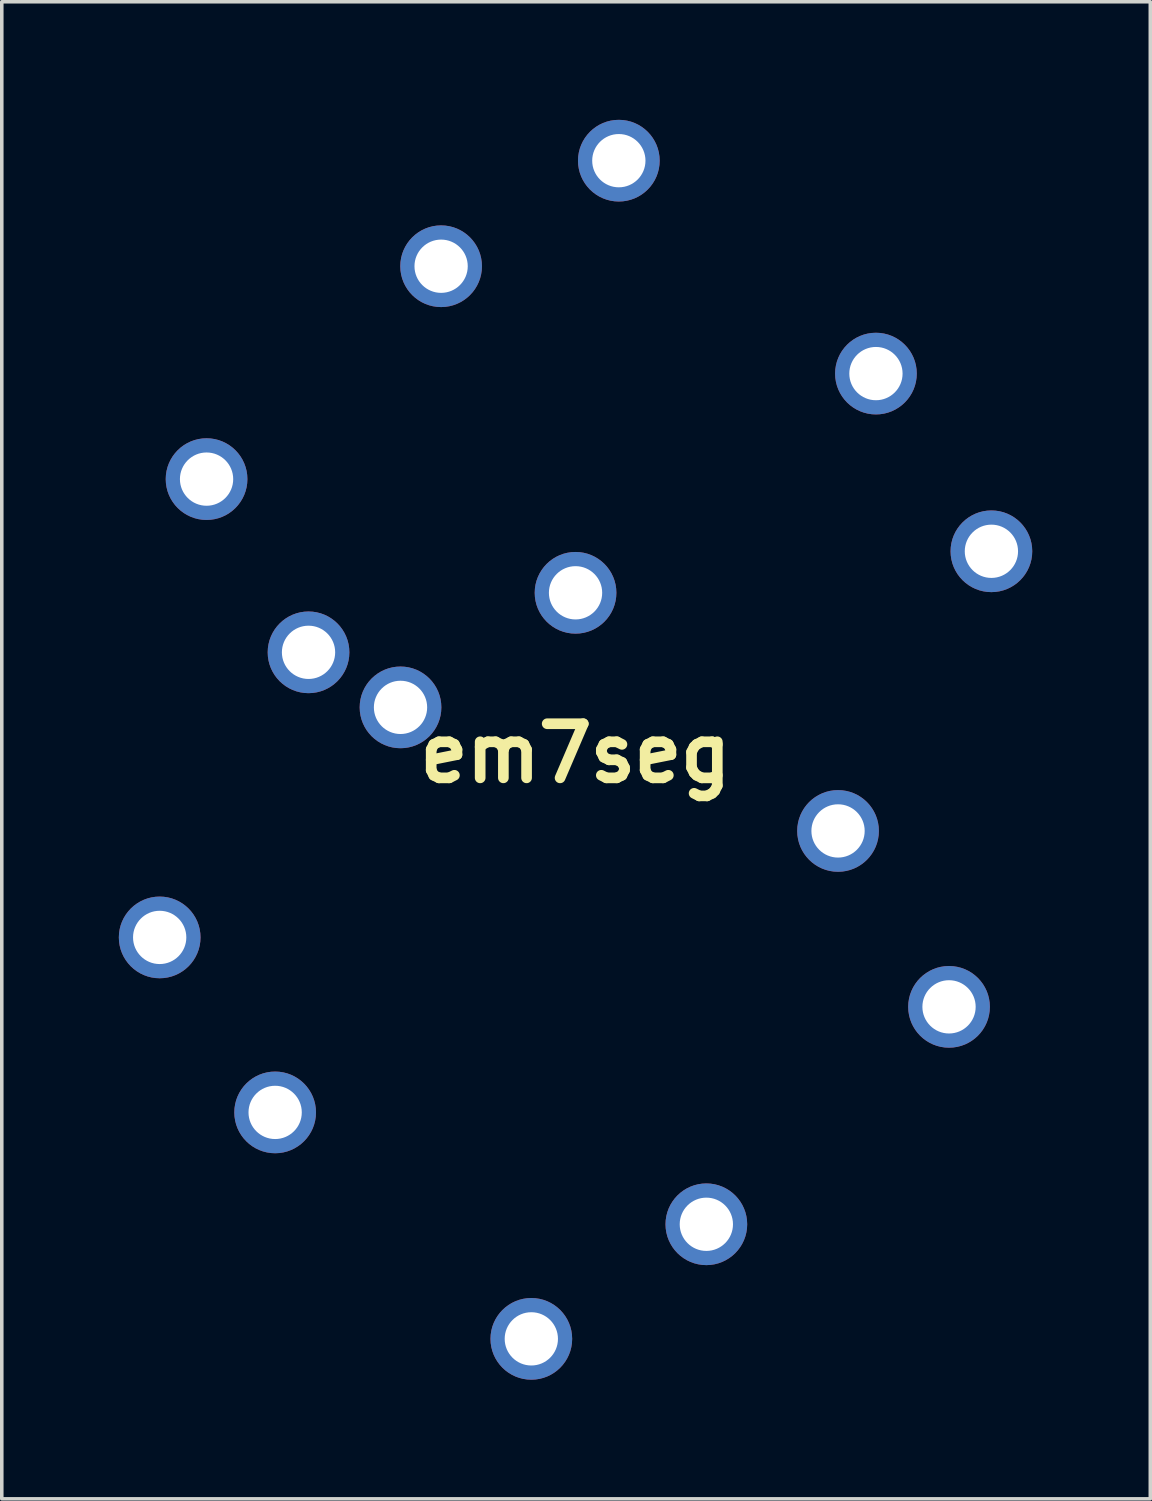
<source format=kicad_pcb>
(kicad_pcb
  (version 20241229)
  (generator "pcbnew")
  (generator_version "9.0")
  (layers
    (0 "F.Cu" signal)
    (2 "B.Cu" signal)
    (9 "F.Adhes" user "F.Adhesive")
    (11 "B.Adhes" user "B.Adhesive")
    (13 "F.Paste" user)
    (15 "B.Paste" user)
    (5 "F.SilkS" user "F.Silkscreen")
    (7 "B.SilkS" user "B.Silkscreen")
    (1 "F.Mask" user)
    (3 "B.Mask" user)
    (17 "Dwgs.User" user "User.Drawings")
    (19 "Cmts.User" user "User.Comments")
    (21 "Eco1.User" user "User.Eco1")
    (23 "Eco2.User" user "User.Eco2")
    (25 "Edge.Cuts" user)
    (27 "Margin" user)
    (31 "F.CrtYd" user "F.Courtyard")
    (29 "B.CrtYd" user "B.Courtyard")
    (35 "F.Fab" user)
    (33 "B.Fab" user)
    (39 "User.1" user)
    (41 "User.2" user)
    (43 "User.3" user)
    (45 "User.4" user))
  (footprint "em7seg"
    (layer "F.Cu")
    (at 13.155 18.162)
    (property "Reference" "em7seg" (at 0 0 0) (layer "F.SilkS") (effects (font (size 1.524 1.524) (thickness 0.3))))
    (attr through_hole)
    (fp_poly (pts (xy -8.338 8.641) (xy -8.168 8.661) (xy -8.05 8.689) (xy -7.81 8.784) (xy -7.608 8.902) (xy -7.434 9.049) (xy -7.279 9.229) (xy -7.138 9.458) (xy -7.043 9.702) (xy -6.993 9.955) (xy -6.988 10.211) (xy -7.028 10.464) (xy -7.112 10.709) (xy -7.24 10.938) (xy -7.411 11.146) (xy -7.422 11.158) (xy -7.606 11.319) (xy -7.799 11.44) (xy -8.016 11.529) (xy -8.106 11.556) (xy -8.33 11.597) (xy -8.568 11.603) (xy -8.797 11.573) (xy -8.824 11.567) (xy -9.027 11.498) (xy -9.232 11.394) (xy -9.422 11.264) (xy -9.571 11.126) (xy -9.734 10.911) (xy -9.854 10.675) (xy -9.929 10.424) (xy -9.96 10.163) (xy -9.944 9.9) (xy -9.883 9.641) (xy -9.791 9.424) (xy -9.65 9.207) (xy -9.472 9.015) (xy -9.263 8.855) (xy -9.032 8.734) (xy -8.853 8.673) (xy -8.7 8.646) (xy -8.522 8.636) (xy -8.338 8.641)) (stroke (width 0.01) (type solid)) (fill no) (layer "Eco2.User"))
    (fp_poly (pts (xy 11.949 -7.139) (xy 12.194 -7.071) (xy 12.42 -6.964) (xy 12.624 -6.822) (xy 12.802 -6.65) (xy 12.95 -6.453) (xy 13.064 -6.234) (xy 13.142 -6) (xy 13.178 -5.754) (xy 13.17 -5.502) (xy 13.135 -5.321) (xy 13.041 -5.052) (xy 12.908 -4.816) (xy 12.736 -4.612) (xy 12.525 -4.439) (xy 12.455 -4.394) (xy 12.252 -4.29) (xy 12.045 -4.226) (xy 11.819 -4.197) (xy 11.688 -4.194) (xy 11.561 -4.199) (xy 11.438 -4.208) (xy 11.339 -4.221) (xy 11.297 -4.23) (xy 11.057 -4.321) (xy 10.832 -4.46) (xy 10.644 -4.623) (xy 10.473 -4.819) (xy 10.348 -5.022) (xy 10.264 -5.241) (xy 10.22 -5.484) (xy 10.211 -5.687) (xy 10.225 -5.921) (xy 10.272 -6.132) (xy 10.356 -6.331) (xy 10.481 -6.533) (xy 10.524 -6.592) (xy 10.692 -6.775) (xy 10.896 -6.928) (xy 11.125 -7.047) (xy 11.371 -7.126) (xy 11.624 -7.161) (xy 11.688 -7.163) (xy 11.949 -7.139)) (stroke (width 0.01) (type solid)) (fill no) (layer "Eco2.User"))
    (fp_poly (pts (xy 7.528 0.716) (xy 7.657 0.732) (xy 7.779 0.764) (xy 7.913 0.818) (xy 7.988 0.852) (xy 8.22 0.983) (xy 8.411 1.141) (xy 8.524 1.27) (xy 8.664 1.477) (xy 8.76 1.683) (xy 8.816 1.901) (xy 8.839 2.144) (xy 8.839 2.202) (xy 8.835 2.364) (xy 8.819 2.496) (xy 8.788 2.618) (xy 8.737 2.751) (xy 8.709 2.814) (xy 8.573 3.053) (xy 8.399 3.259) (xy 8.191 3.429) (xy 7.951 3.561) (xy 7.701 3.648) (xy 7.58 3.668) (xy 7.429 3.678) (xy 7.268 3.677) (xy 7.117 3.664) (xy 7 3.643) (xy 6.742 3.547) (xy 6.508 3.409) (xy 6.303 3.233) (xy 6.132 3.024) (xy 5.999 2.785) (xy 5.907 2.524) (xy 5.869 2.273) (xy 5.879 2.02) (xy 5.935 1.769) (xy 6.035 1.529) (xy 6.178 1.305) (xy 6.322 1.141) (xy 6.523 0.967) (xy 6.734 0.841) (xy 6.962 0.758) (xy 7.214 0.717) (xy 7.371 0.711) (xy 7.528 0.716)) (stroke (width 0.01) (type solid)) (fill no) (layer "Eco2.User"))
    (fp_poly (pts (xy 0.147 -6.006) (xy 0.392 -5.952) (xy 0.627 -5.857) (xy 0.846 -5.719) (xy 1.002 -5.581) (xy 1.177 -5.37) (xy 1.307 -5.144) (xy 1.393 -4.907) (xy 1.438 -4.664) (xy 1.441 -4.421) (xy 1.405 -4.182) (xy 1.33 -3.953) (xy 1.219 -3.737) (xy 1.072 -3.542) (xy 0.892 -3.37) (xy 0.678 -3.228) (xy 0.434 -3.12) (xy 0.315 -3.084) (xy 0.208 -3.066) (xy 0.071 -3.055) (xy -0.08 -3.052) (xy -0.227 -3.057) (xy -0.353 -3.07) (xy -0.419 -3.083) (xy -0.551 -3.13) (xy -0.7 -3.2) (xy -0.848 -3.282) (xy -0.972 -3.366) (xy -0.977 -3.37) (xy -1.152 -3.537) (xy -1.302 -3.747) (xy -1.383 -3.899) (xy -1.446 -4.042) (xy -1.488 -4.163) (xy -1.512 -4.283) (xy -1.522 -4.42) (xy -1.524 -4.539) (xy -1.506 -4.797) (xy -1.448 -5.03) (xy -1.348 -5.25) (xy -1.204 -5.461) (xy -1.023 -5.654) (xy -0.816 -5.806) (xy -0.59 -5.917) (xy -0.35 -5.988) (xy -0.102 -6.017) (xy 0.147 -6.006)) (stroke (width 0.01) (type solid)) (fill no) (layer "Eco2.User"))
    (fp_poly (pts (xy 3.909 11.779) (xy 4.138 11.837) (xy 4.352 11.937) (xy 4.556 12.083) (xy 4.7 12.215) (xy 4.869 12.403) (xy 4.993 12.589) (xy 5.077 12.783) (xy 5.124 12.994) (xy 5.141 13.233) (xy 5.141 13.246) (xy 5.137 13.396) (xy 5.125 13.516) (xy 5.099 13.627) (xy 5.084 13.678) (xy 4.976 13.931) (xy 4.83 14.158) (xy 4.65 14.354) (xy 4.441 14.515) (xy 4.208 14.636) (xy 4.031 14.694) (xy 3.908 14.715) (xy 3.756 14.726) (xy 3.591 14.727) (xy 3.433 14.718) (xy 3.3 14.7) (xy 3.265 14.692) (xy 3.025 14.6) (xy 2.803 14.466) (xy 2.605 14.293) (xy 2.436 14.088) (xy 2.303 13.857) (xy 2.232 13.678) (xy 2.196 13.52) (xy 2.177 13.337) (xy 2.175 13.149) (xy 2.192 12.973) (xy 2.218 12.856) (xy 2.322 12.596) (xy 2.464 12.365) (xy 2.639 12.166) (xy 2.844 12.004) (xy 3.073 11.88) (xy 3.323 11.798) (xy 3.589 11.762) (xy 3.658 11.76) (xy 3.909 11.779)) (stroke (width 0.01) (type solid)) (fill no) (layer "Eco2.User"))
    (fp_poly (pts (xy -7.388 -4.364) (xy -7.324 -4.355) (xy -7.303 -4.343) (xy -7.268 -4.326) (xy -7.208 -4.318) (xy -7.208 -4.318) (xy -7.15 -4.307) (xy -7.062 -4.278) (xy -6.96 -4.235) (xy -6.913 -4.214) (xy -6.69 -4.079) (xy -6.494 -3.906) (xy -6.33 -3.702) (xy -6.203 -3.475) (xy -6.116 -3.23) (xy -6.074 -2.975) (xy -6.071 -2.879) (xy -6.096 -2.613) (xy -6.169 -2.358) (xy -6.285 -2.119) (xy -6.441 -1.903) (xy -6.633 -1.717) (xy -6.799 -1.6) (xy -7.001 -1.496) (xy -7.208 -1.432) (xy -7.434 -1.403) (xy -7.565 -1.4) (xy -7.693 -1.405) (xy -7.815 -1.414) (xy -7.915 -1.427) (xy -7.956 -1.436) (xy -8.195 -1.527) (xy -8.418 -1.664) (xy -8.609 -1.83) (xy -8.781 -2.027) (xy -8.906 -2.23) (xy -8.989 -2.45) (xy -9.033 -2.693) (xy -9.042 -2.893) (xy -9.018 -3.164) (xy -8.949 -3.419) (xy -8.836 -3.652) (xy -8.683 -3.861) (xy -8.494 -4.04) (xy -8.272 -4.186) (xy -8.019 -4.295) (xy -7.904 -4.33) (xy -7.815 -4.347) (xy -7.707 -4.359) (xy -7.592 -4.366) (xy -7.482 -4.368) (xy -7.388 -4.364)) (stroke (width 0.01) (type solid)) (fill no) (layer "Eco2.User"))
    (fp_poly (pts (xy -11.631 3.736) (xy -11.512 3.742) (xy -11.401 3.752) (xy -11.31 3.766) (xy -11.287 3.772) (xy -11.043 3.861) (xy -10.818 3.993) (xy -10.618 4.162) (xy -10.448 4.361) (xy -10.315 4.586) (xy -10.225 4.829) (xy -10.223 4.835) (xy -10.196 4.991) (xy -10.185 5.17) (xy -10.19 5.354) (xy -10.211 5.525) (xy -10.239 5.641) (xy -10.292 5.788) (xy -10.349 5.91) (xy -10.421 6.028) (xy -10.494 6.13) (xy -10.661 6.315) (xy -10.861 6.467) (xy -11.085 6.583) (xy -11.326 6.663) (xy -11.575 6.701) (xy -11.824 6.697) (xy -12.066 6.648) (xy -12.078 6.644) (xy -12.284 6.566) (xy -12.458 6.473) (xy -12.617 6.353) (xy -12.713 6.262) (xy -12.89 6.051) (xy -13.022 5.819) (xy -13.109 5.571) (xy -13.15 5.312) (xy -13.144 5.047) (xy -13.09 4.782) (xy -13.01 4.569) (xy -12.953 4.466) (xy -12.872 4.348) (xy -12.781 4.232) (xy -12.694 4.137) (xy -12.676 4.119) (xy -12.559 4.025) (xy -12.427 3.938) (xy -12.293 3.865) (xy -12.169 3.813) (xy -12.067 3.786) (xy -12.04 3.785) (xy -11.982 3.777) (xy -11.951 3.759) (xy -11.917 3.746) (xy -11.845 3.738) (xy -11.746 3.734) (xy -11.631 3.736)) (stroke (width 0.01) (type solid)) (fill no) (layer "Eco2.User"))
    (fp_poly (pts (xy -3.555 -15.172) (xy -3.32 -15.118) (xy -3.107 -15.023) (xy -2.906 -14.885) (xy -2.756 -14.747) (xy -2.635 -14.614) (xy -2.538 -14.49) (xy -2.48 -14.393) (xy -2.377 -14.131) (xy -2.323 -13.866) (xy -2.317 -13.602) (xy -2.359 -13.345) (xy -2.447 -13.098) (xy -2.581 -12.866) (xy -2.76 -12.655) (xy -2.766 -12.649) (xy -2.957 -12.485) (xy -3.155 -12.364) (xy -3.374 -12.278) (xy -3.445 -12.258) (xy -3.534 -12.241) (xy -3.643 -12.228) (xy -3.76 -12.22) (xy -3.874 -12.218) (xy -3.972 -12.221) (xy -4.044 -12.229) (xy -4.077 -12.243) (xy -4.111 -12.26) (xy -4.171 -12.268) (xy -4.174 -12.268) (xy -4.25 -12.28) (xy -4.309 -12.305) (xy -4.353 -12.329) (xy -4.375 -12.33) (xy -4.398 -12.336) (xy -4.419 -12.356) (xy -4.464 -12.389) (xy -4.489 -12.395) (xy -4.53 -12.41) (xy -4.597 -12.449) (xy -4.679 -12.504) (xy -4.762 -12.566) (xy -4.836 -12.626) (xy -4.887 -12.676) (xy -4.889 -12.679) (xy -5.05 -12.893) (xy -5.166 -13.103) (xy -5.24 -13.318) (xy -5.277 -13.548) (xy -5.283 -13.698) (xy -5.279 -13.86) (xy -5.266 -13.99) (xy -5.237 -14.108) (xy -5.19 -14.234) (xy -5.142 -14.338) (xy -5.003 -14.578) (xy -4.83 -14.782) (xy -4.628 -14.947) (xy -4.4 -15.072) (xy -4.15 -15.153) (xy -3.883 -15.188) (xy -3.82 -15.189) (xy -3.555 -15.172)) (stroke (width 0.01) (type solid)) (fill no) (layer "Eco2.User"))
    (fp_poly (pts (xy 1.497 -18.133) (xy 1.728 -18.066) (xy 1.807 -18.03) (xy 1.888 -17.991) (xy 1.961 -17.957) (xy 1.981 -17.948) (xy 2.025 -17.919) (xy 2.093 -17.862) (xy 2.177 -17.787) (xy 2.25 -17.716) (xy 2.425 -17.52) (xy 2.552 -17.317) (xy 2.637 -17.1) (xy 2.682 -16.859) (xy 2.692 -16.651) (xy 2.667 -16.384) (xy 2.593 -16.126) (xy 2.469 -15.88) (xy 2.327 -15.681) (xy 2.213 -15.568) (xy 2.063 -15.456) (xy 1.891 -15.354) (xy 1.711 -15.269) (xy 1.559 -15.218) (xy 1.435 -15.196) (xy 1.279 -15.188) (xy 1.111 -15.193) (xy 0.948 -15.209) (xy 0.808 -15.236) (xy 0.762 -15.25) (xy 0.59 -15.317) (xy 0.445 -15.39) (xy 0.308 -15.482) (xy 0.182 -15.583) (xy 0.088 -15.681) (xy -0.009 -15.814) (xy -0.1 -15.966) (xy -0.175 -16.123) (xy -0.221 -16.248) (xy -0.241 -16.337) (xy -0.257 -16.449) (xy -0.268 -16.571) (xy -0.275 -16.691) (xy -0.275 -16.798) (xy -0.27 -16.879) (xy -0.257 -16.923) (xy -0.256 -16.925) (xy -0.236 -16.969) (xy -0.229 -17.026) (xy -0.216 -17.105) (xy -0.194 -17.166) (xy -0.164 -17.227) (xy -0.123 -17.311) (xy -0.092 -17.376) (xy -0.024 -17.49) (xy 0.077 -17.616) (xy 0.198 -17.742) (xy 0.327 -17.857) (xy 0.451 -17.949) (xy 0.504 -17.979) (xy 0.745 -18.08) (xy 0.997 -18.139) (xy 1.25 -18.157) (xy 1.497 -18.133)) (stroke (width 0.01) (type solid)) (fill no) (layer "Eco2.User"))
    (fp_poly (pts (xy 8.56 -12.164) (xy 8.651 -12.158) (xy 8.71 -12.149) (xy 8.725 -12.141) (xy 8.759 -12.123) (xy 8.815 -12.116) (xy 8.902 -12.1) (xy 9.016 -12.058) (xy 9.145 -11.994) (xy 9.279 -11.916) (xy 9.404 -11.828) (xy 9.456 -11.787) (xy 9.508 -11.733) (xy 9.576 -11.65) (xy 9.648 -11.554) (xy 9.714 -11.459) (xy 9.752 -11.395) (xy 9.845 -11.186) (xy 9.906 -10.954) (xy 9.931 -10.723) (xy 9.931 -10.7) (xy 9.91 -10.427) (xy 9.845 -10.178) (xy 9.735 -9.949) (xy 9.578 -9.736) (xy 9.5 -9.652) (xy 9.359 -9.52) (xy 9.227 -9.42) (xy 9.087 -9.342) (xy 8.922 -9.273) (xy 8.91 -9.269) (xy 8.757 -9.229) (xy 8.577 -9.206) (xy 8.388 -9.2) (xy 8.21 -9.212) (xy 8.065 -9.242) (xy 7.794 -9.347) (xy 7.557 -9.489) (xy 7.355 -9.667) (xy 7.19 -9.877) (xy 7.065 -10.119) (xy 6.996 -10.327) (xy 6.966 -10.505) (xy 6.959 -10.705) (xy 6.973 -10.906) (xy 7.009 -11.086) (xy 7.021 -11.125) (xy 7.114 -11.345) (xy 7.236 -11.555) (xy 7.325 -11.675) (xy 7.414 -11.766) (xy 7.531 -11.859) (xy 7.662 -11.946) (xy 7.797 -12.022) (xy 7.924 -12.08) (xy 8.032 -12.111) (xy 8.075 -12.116) (xy 8.134 -12.124) (xy 8.166 -12.141) (xy 8.197 -12.152) (xy 8.268 -12.16) (xy 8.368 -12.166) (xy 8.445 -12.167) (xy 8.56 -12.164)) (stroke (width 0.01) (type solid)) (fill no) (layer "Eco2.User"))
    (fp_poly (pts (xy -4.826 -2.766) (xy -4.735 -2.76) (xy -4.676 -2.751) (xy -4.661 -2.743) (xy -4.626 -2.725) (xy -4.574 -2.718) (xy -4.503 -2.708) (xy -4.422 -2.683) (xy -4.35 -2.651) (xy -4.307 -2.619) (xy -4.306 -2.617) (xy -4.269 -2.595) (xy -4.24 -2.591) (xy -4.2 -2.58) (xy -4.191 -2.565) (xy -4.17 -2.543) (xy -4.151 -2.54) (xy -4.118 -2.523) (xy -4.059 -2.476) (xy -3.982 -2.407) (xy -3.902 -2.33) (xy -3.721 -2.12) (xy -3.587 -1.899) (xy -3.501 -1.664) (xy -3.459 -1.411) (xy -3.454 -1.283) (xy -3.476 -1.017) (xy -3.542 -0.772) (xy -3.655 -0.543) (xy -3.816 -0.327) (xy -3.898 -0.239) (xy -4.074 -0.08) (xy -4.25 0.038) (xy -4.441 0.123) (xy -4.58 0.165) (xy -4.704 0.187) (xy -4.857 0.198) (xy -5.02 0.198) (xy -5.174 0.188) (xy -5.3 0.168) (xy -5.314 0.164) (xy -5.575 0.068) (xy -5.806 -0.069) (xy -6.007 -0.246) (xy -6.176 -0.463) (xy -6.314 -0.718) (xy -6.398 -0.942) (xy -6.415 -1.031) (xy -6.424 -1.155) (xy -6.425 -1.297) (xy -6.418 -1.439) (xy -6.403 -1.567) (xy -6.389 -1.639) (xy -6.295 -1.901) (xy -6.159 -2.137) (xy -5.984 -2.343) (xy -5.772 -2.517) (xy -5.544 -2.645) (xy -5.451 -2.683) (xy -5.366 -2.709) (xy -5.311 -2.718) (xy -5.252 -2.726) (xy -5.22 -2.743) (xy -5.189 -2.754) (xy -5.118 -2.762) (xy -5.017 -2.768) (xy -4.94 -2.769) (xy -4.826 -2.766)) (stroke (width 0.01) (type solid)) (fill no) (layer "Eco2.User"))
    (fp_poly (pts (xy -10.287 -9.21) (xy -10.133 -9.184) (xy -10.114 -9.18) (xy -9.88 -9.112) (xy -9.656 -9.003) (xy -9.435 -8.849) (xy -9.377 -8.801) (xy -9.285 -8.704) (xy -9.189 -8.572) (xy -9.099 -8.419) (xy -9.023 -8.259) (xy -8.977 -8.134) (xy -8.93 -7.905) (xy -8.924 -7.667) (xy -8.957 -7.428) (xy -9.025 -7.196) (xy -9.126 -6.977) (xy -9.255 -6.78) (xy -9.411 -6.612) (xy -9.589 -6.479) (xy -9.696 -6.424) (xy -9.751 -6.396) (xy -9.778 -6.372) (xy -9.779 -6.369) (xy -9.801 -6.355) (xy -9.84 -6.35) (xy -9.891 -6.342) (xy -9.91 -6.327) (xy -9.942 -6.304) (xy -10.013 -6.281) (xy -10.113 -6.261) (xy -10.228 -6.245) (xy -10.349 -6.234) (xy -10.464 -6.23) (xy -10.561 -6.233) (xy -10.604 -6.239) (xy -10.894 -6.319) (xy -11.145 -6.429) (xy -11.359 -6.572) (xy -11.538 -6.749) (xy -11.685 -6.963) (xy -11.749 -7.087) (xy -11.782 -7.157) (xy -11.81 -7.214) (xy -11.813 -7.22) (xy -11.829 -7.275) (xy -11.836 -7.349) (xy -11.836 -7.353) (xy -11.843 -7.412) (xy -11.858 -7.441) (xy -11.862 -7.442) (xy -11.873 -7.466) (xy -11.882 -7.535) (xy -11.886 -7.641) (xy -11.887 -7.719) (xy -11.885 -7.862) (xy -11.876 -7.973) (xy -11.858 -8.068) (xy -11.829 -8.167) (xy -11.825 -8.179) (xy -11.713 -8.436) (xy -11.563 -8.662) (xy -11.378 -8.854) (xy -11.161 -9.008) (xy -10.917 -9.122) (xy -10.703 -9.182) (xy -10.55 -9.209) (xy -10.419 -9.218) (xy -10.287 -9.21)) (stroke (width 0.01) (type solid)) (fill no) (layer "Eco2.User"))
    (fp_poly (pts (xy -1.225 15.016) (xy -1.099 15.029) (xy -0.979 15.047) (xy -0.875 15.069) (xy -0.799 15.095) (xy -0.781 15.105) (xy -0.726 15.127) (xy -0.712 15.13) (xy -0.672 15.151) (xy -0.665 15.162) (xy -0.636 15.185) (xy -0.607 15.189) (xy -0.567 15.198) (xy -0.559 15.208) (xy -0.538 15.231) (xy -0.488 15.259) (xy -0.485 15.26) (xy -0.425 15.298) (xy -0.347 15.361) (xy -0.262 15.44) (xy -0.181 15.523) (xy -0.114 15.6) (xy -0.071 15.662) (xy -0.062 15.683) (xy -0.042 15.731) (xy -0.023 15.748) (xy 0.001 15.77) (xy 0.035 15.83) (xy 0.073 15.917) (xy 0.111 16.018) (xy 0.143 16.122) (xy 0.145 16.127) (xy 0.169 16.264) (xy 0.18 16.431) (xy 0.179 16.606) (xy 0.164 16.769) (xy 0.142 16.876) (xy 0.052 17.125) (xy -0.081 17.35) (xy -0.241 17.538) (xy -0.421 17.696) (xy -0.616 17.818) (xy -0.84 17.914) (xy -0.887 17.93) (xy -1.061 17.969) (xy -1.259 17.984) (xy -1.462 17.976) (xy -1.649 17.945) (xy -1.727 17.922) (xy -1.92 17.847) (xy -2.078 17.763) (xy -2.218 17.662) (xy -2.333 17.557) (xy -2.515 17.348) (xy -2.648 17.126) (xy -2.734 16.888) (xy -2.776 16.629) (xy -2.78 16.497) (xy -2.76 16.228) (xy -2.696 15.982) (xy -2.586 15.755) (xy -2.43 15.541) (xy -2.329 15.434) (xy -2.205 15.321) (xy -2.083 15.235) (xy -1.943 15.161) (xy -1.84 15.116) (xy -1.745 15.082) (xy -1.673 15.064) (xy -1.655 15.062) (xy -1.595 15.055) (xy -1.562 15.037) (xy -1.525 15.019) (xy -1.449 15.01) (xy -1.345 15.009) (xy -1.225 15.016)) (stroke (width 0.01) (type solid)) (fill no) (layer "Eco2.User"))
    (fp_poly (pts (xy 10.6 5.667) (xy 10.688 5.673) (xy 10.744 5.683) (xy 10.757 5.69) (xy 10.791 5.708) (xy 10.849 5.715) (xy 10.925 5.725) (xy 10.981 5.746) (xy 11.039 5.772) (xy 11.074 5.782) (xy 11.113 5.803) (xy 11.121 5.815) (xy 11.15 5.838) (xy 11.178 5.842) (xy 11.218 5.853) (xy 11.227 5.867) (xy 11.248 5.888) (xy 11.277 5.893) (xy 11.316 5.91) (xy 11.382 5.959) (xy 11.464 6.031) (xy 11.526 6.09) (xy 11.707 6.3) (xy 11.842 6.525) (xy 11.934 6.771) (xy 11.949 6.833) (xy 11.984 7.087) (xy 11.972 7.341) (xy 11.916 7.587) (xy 11.819 7.82) (xy 11.685 8.035) (xy 11.518 8.226) (xy 11.321 8.388) (xy 11.097 8.515) (xy 10.864 8.598) (xy 10.701 8.626) (xy 10.515 8.636) (xy 10.327 8.628) (xy 10.155 8.602) (xy 10.058 8.575) (xy 9.946 8.532) (xy 9.829 8.482) (xy 9.757 8.448) (xy 9.676 8.397) (xy 9.582 8.324) (xy 9.484 8.238) (xy 9.393 8.148) (xy 9.318 8.064) (xy 9.27 7.996) (xy 9.257 7.967) (xy 9.232 7.913) (xy 9.205 7.889) (xy 9.176 7.856) (xy 9.169 7.824) (xy 9.161 7.782) (xy 9.148 7.772) (xy 9.129 7.75) (xy 9.104 7.695) (xy 9.094 7.664) (xy 9.068 7.578) (xy 9.044 7.498) (xy 9.039 7.483) (xy 9.026 7.404) (xy 9.019 7.289) (xy 9.018 7.155) (xy 9.023 7.015) (xy 9.034 6.886) (xy 9.051 6.782) (xy 9.055 6.765) (xy 9.117 6.588) (xy 9.206 6.411) (xy 9.316 6.244) (xy 9.438 6.098) (xy 9.566 5.983) (xy 9.684 5.911) (xy 9.733 5.884) (xy 9.754 5.861) (xy 9.775 5.845) (xy 9.803 5.842) (xy 9.852 5.83) (xy 9.868 5.816) (xy 9.908 5.784) (xy 9.978 5.752) (xy 10.059 5.726) (xy 10.132 5.715) (xy 10.136 5.715) (xy 10.194 5.707) (xy 10.223 5.69) (xy 10.254 5.679) (xy 10.325 5.67) (xy 10.423 5.665) (xy 10.49 5.664) (xy 10.6 5.667)) (stroke (width 0.01) (type solid)) (fill no) (layer "Eco2.User"))
    (pad "1" thru_hole circle (at 1.219 -16.688) (size 2.3 2.3) (drill 1.5) (layers "*.Cu" "*.Mask"))
    (pad "2" thru_hole circle (at -3.785 -13.716) (size 2.3 2.3) (drill 1.5) (layers "*.Cu" "*.Mask"))
    (pad "3" thru_hole circle (at 8.458 -10.693) (size 2.3 2.3) (drill 1.5) (layers "*.Cu" "*.Mask"))
    (pad "4" thru_hole circle (at 11.709 -5.69) (size 2.3 2.3) (drill 1.5) (layers "*.Cu" "*.Mask"))
    (pad "5" thru_hole circle (at 7.391 2.184) (size 2.3 2.3) (drill 1.5) (layers "*.Cu" "*.Mask"))
    (pad "6" thru_hole circle (at 10.516 7.137) (size 2.3 2.3) (drill 1.5) (layers "*.Cu" "*.Mask"))
    (pad "7" thru_hole circle (at -1.245 16.485) (size 2.3 2.3) (drill 1.5) (layers "*.Cu" "*.Mask"))
    (pad "8" thru_hole circle (at 3.683 13.259) (size 2.3 2.3) (drill 1.5) (layers "*.Cu" "*.Mask"))
    (pad "9" thru_hole circle (at -8.458 10.109) (size 2.3 2.3) (drill 1.5) (layers "*.Cu" "*.Mask"))
    (pad "10" thru_hole circle (at -11.709 5.182) (size 2.3 2.3) (drill 1.5) (layers "*.Cu" "*.Mask"))
    (pad "11" thru_hole circle (at -7.518 -2.845) (size 2.3 2.3) (drill 1.5) (layers "*.Cu" "*.Mask"))
    (pad "12" thru_hole circle (at -10.389 -7.722) (size 2.3 2.3) (drill 1.5) (layers "*.Cu" "*.Mask"))
    (pad "13" thru_hole circle (at 0 -4.521) (size 2.3 2.3) (drill 1.5) (layers "*.Cu" "*.Mask"))
    (pad "14" thru_hole circle (at -4.928 -1.295) (size 2.3 2.3) (drill 1.5) (layers "*.Cu" "*.Mask")))
  (gr_rect
    (start -3 -3)
    (end 29.338 39.151)
    (stroke (width 0.1) (type default))
    (fill no)
    (layer "Edge.Cuts")))
</source>
